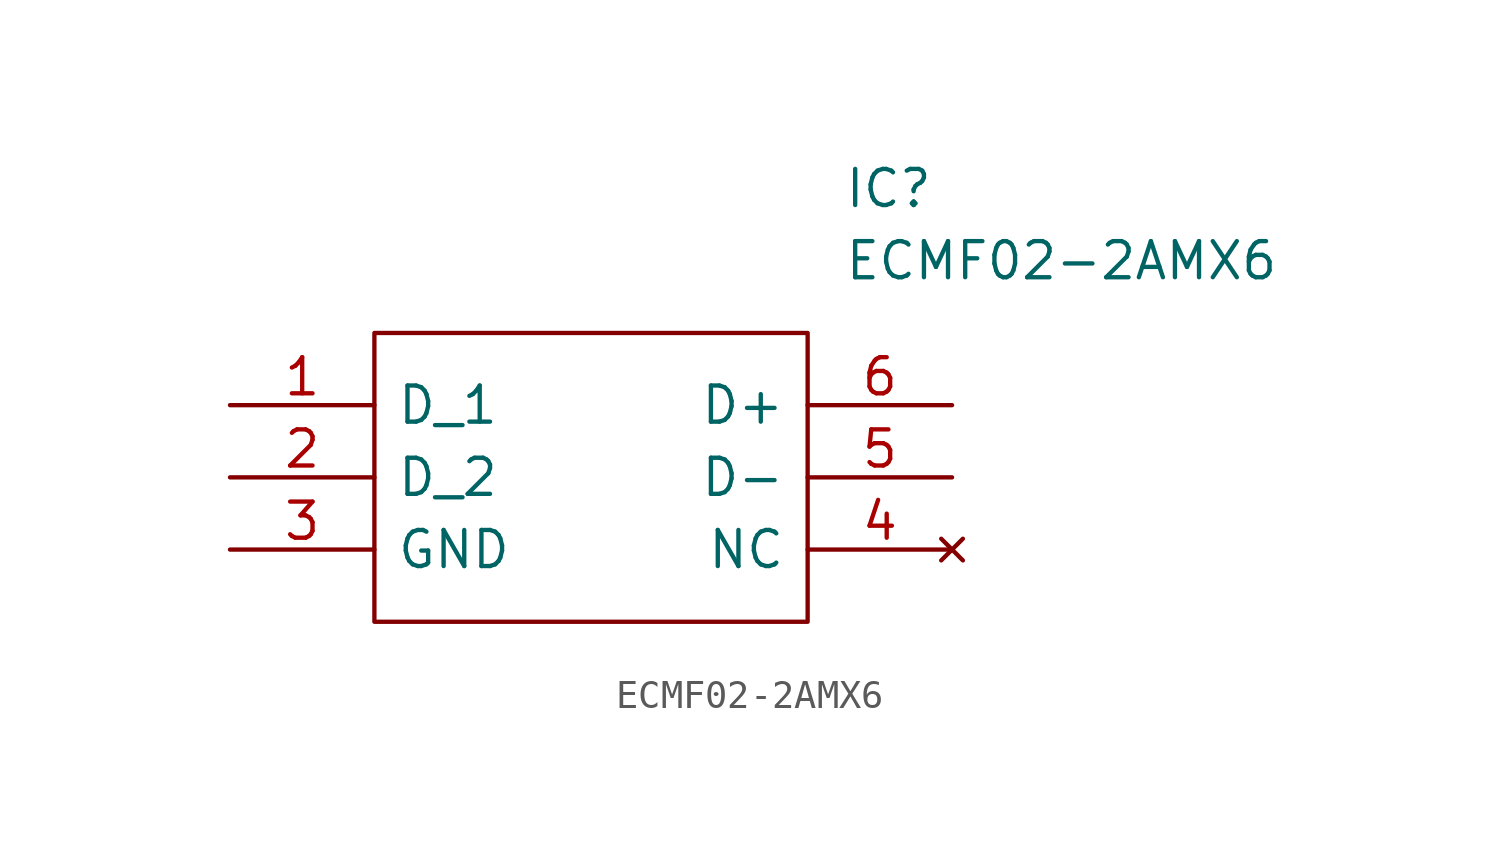
<source format=kicad_sym>
(kicad_symbol_lib
  (version 20211014)
  (generator kicad_symbol_editor)
  (symbol "ECMF02-2AMX6"
    (pin_names
      (offset 0.762))
    (property "Reference" "IC"
      (at 21.59 7.62 0)
      (effects (font (size 1.27 1.27)) (justify left)))
    (property "Value" "ECMF02-2AMX6"
      (at 21.59 5.08 0)
      (effects (font (size 1.27 1.27)) (justify left)))
    (symbol "ECMF02-2AMX6_0_0"
      (pin passive line (at 0 0 0) (length 5.08) (name "D_1" (effects (font (size 1.27 1.27)))) (number "1" (effects (font (size 1.27 1.27)))))
      (pin passive line (at 0 -2.54 0) (length 5.08) (name "D_2" (effects (font (size 1.27 1.27)))) (number "2" (effects (font (size 1.27 1.27)))))
      (pin passive line (at 0 -5.08 0) (length 5.08) (name "GND" (effects (font (size 1.27 1.27)))) (number "3" (effects (font (size 1.27 1.27)))))
      (pin no_connect line (at 25.4 -5.08 180) (length 5.08) (name "NC" (effects (font (size 1.27 1.27)))) (number "4" (effects (font (size 1.27 1.27)))))
      (pin passive line (at 25.4 -2.54 180) (length 5.08) (name "D-" (effects (font (size 1.27 1.27)))) (number "5" (effects (font (size 1.27 1.27)))))
      (pin passive line (at 25.4 0 180) (length 5.08) (name "D+" (effects (font (size 1.27 1.27)))) (number "6" (effects (font (size 1.27 1.27))))))
    (symbol "ECMF02-2AMX6_0_1"
      (polyline (pts (xy 5.08 2.54) (xy 20.32 2.54) (xy 20.32 -7.62) (xy 5.08 -7.62) (xy 5.08 2.54)) (stroke (width 0.152) (type default) (color 0 0 0 0)) (fill (type none))))))
</source>
